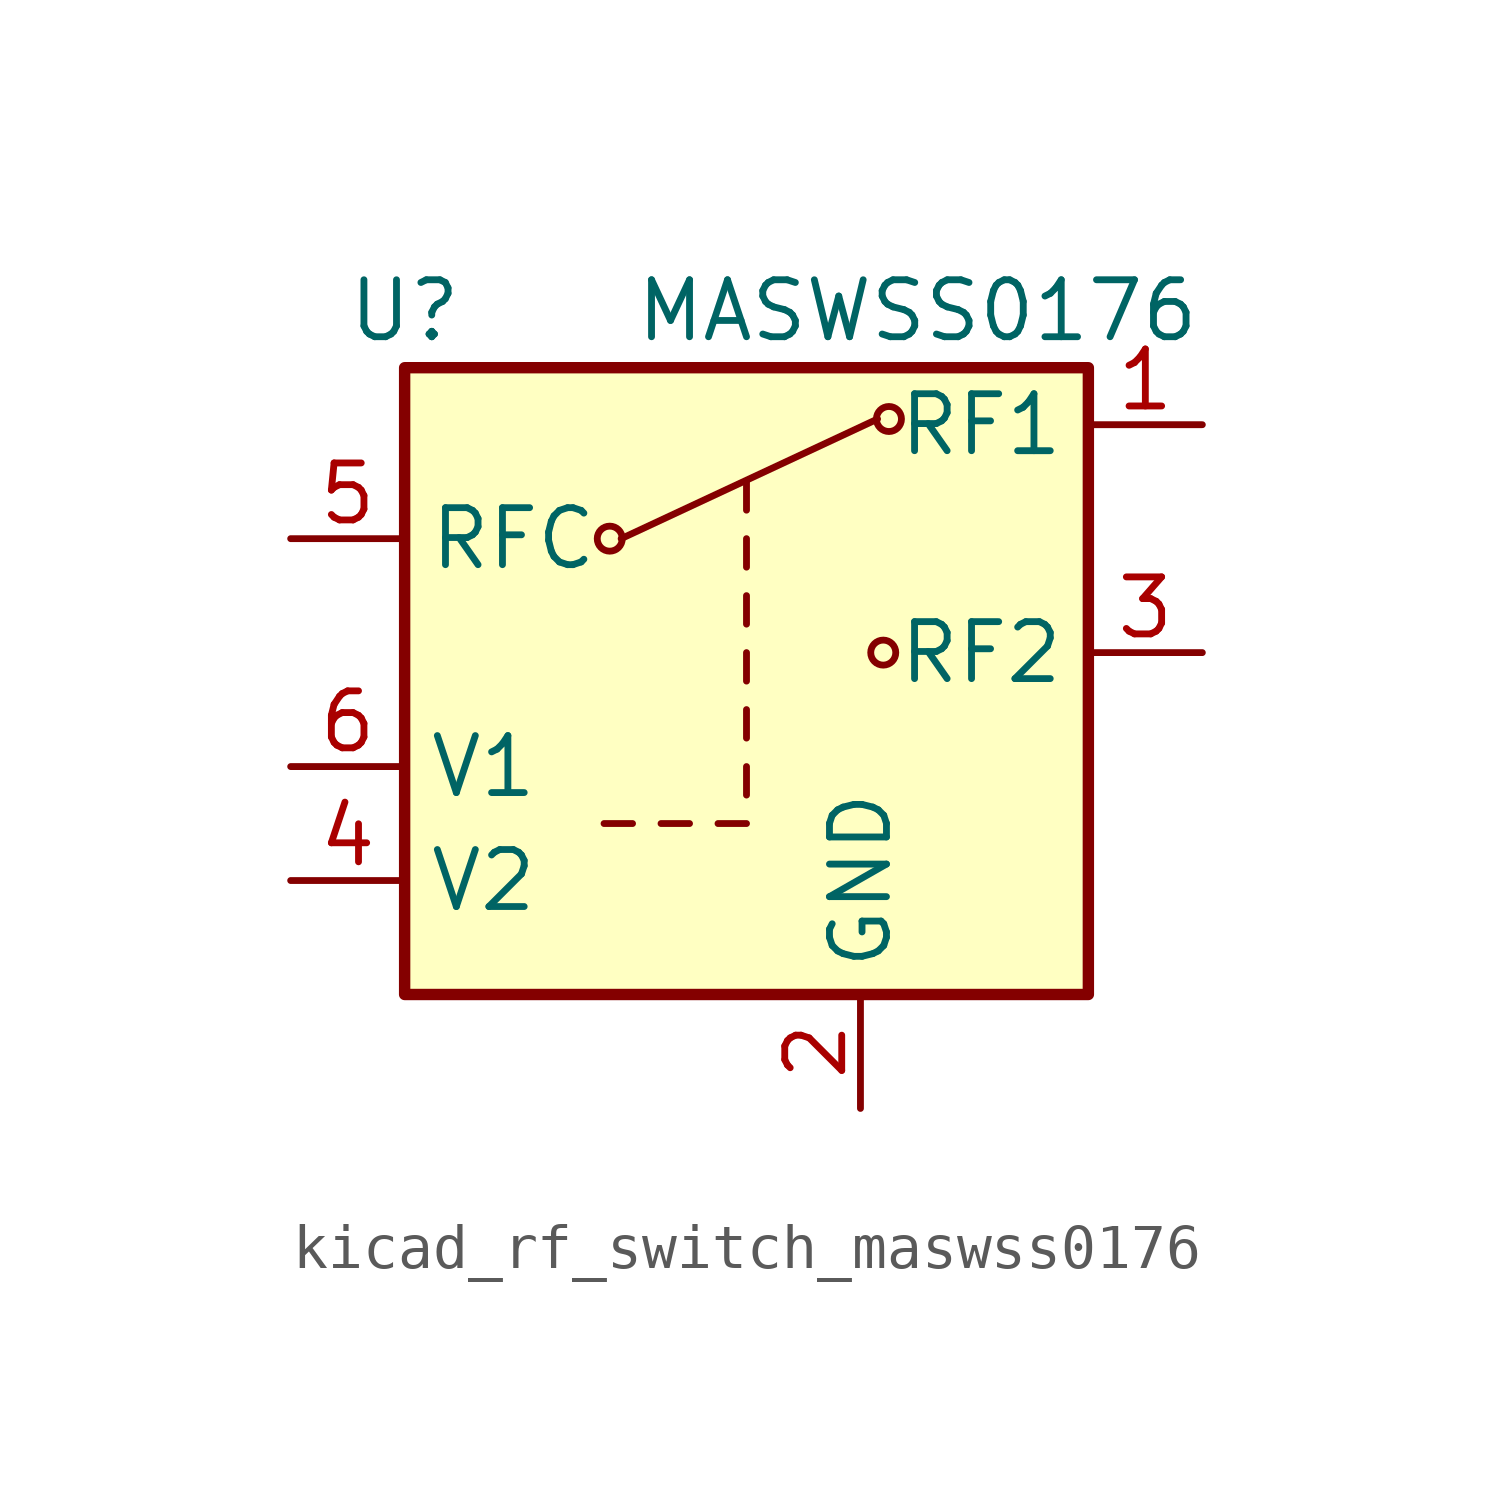
<source format=kicad_sym>
(kicad_symbol_lib
  (version 20220914)
  (generator kicad_symbol_editor)
  (symbol "kicad_rf_switch_maswss0176"
    (property "Reference" "U"
      (at -7.62 7.62 0)
      (effects (font (size 1.27 1.27))))
    (property "Value" "MASWSS0176"
      (at 3.81 7.62 0)
      (effects (font (size 1.27 1.27))))
    (symbol "kicad_rf_switch_maswss0176_0_1"
      (circle (center -3.048 2.54) (radius 0.279) (stroke (width 0) (type default)) (fill (type none)))
      (polyline (pts (xy -3.175 -3.81) (xy -2.54 -3.81)) (stroke (width 0) (type default)) (fill (type none)))
      (polyline (pts (xy -2.794 2.54) (xy 2.921 5.207)) (stroke (width 0) (type default)) (fill (type none)))
      (polyline (pts (xy -1.905 -3.81) (xy -1.27 -3.81)) (stroke (width 0) (type default)) (fill (type none)))
      (polyline (pts (xy -0.635 -3.81) (xy 0 -3.81)) (stroke (width 0) (type default)) (fill (type none)))
      (polyline (pts (xy 0 -3.175) (xy 0 -2.54)) (stroke (width 0) (type default)) (fill (type none)))
      (polyline (pts (xy 0 -1.905) (xy 0 -1.27)) (stroke (width 0) (type default)) (fill (type none)))
      (polyline (pts (xy 0 -0.635) (xy 0 0)) (stroke (width 0) (type default)) (fill (type none)))
      (polyline (pts (xy 0 0.635) (xy 0 1.27)) (stroke (width 0) (type default)) (fill (type none)))
      (polyline (pts (xy 0 1.905) (xy 0 2.54)) (stroke (width 0) (type default)) (fill (type none)))
      (polyline (pts (xy 0 3.175) (xy 0 3.81)) (stroke (width 0) (type default)) (fill (type none)))
      (circle (center 3.048 0) (radius 0.279) (stroke (width 0) (type default)) (fill (type none)))
      (circle (center 3.175 5.207) (radius 0.279) (stroke (width 0) (type default)) (fill (type none)))
      (rectangle (start 7.62 -7.62) (end -7.62 6.35) (stroke (width 0.254) (type default)) (fill (type background))))
    (symbol "kicad_rf_switch_maswss0176_1_1"
      (pin passive line (at 10.16 5.08 180) (length 2.54) (name "RF1" (effects (font (size 1.27 1.27)))) (number "1" (effects (font (size 1.27 1.27)))))
      (pin power_in line (at 2.54 -10.16 90) (length 2.54) (name "GND" (effects (font (size 1.27 1.27)))) (number "2" (effects (font (size 1.27 1.27)))))
      (pin passive line (at 10.16 0 180) (length 2.54) (name "RF2" (effects (font (size 1.27 1.27)))) (number "3" (effects (font (size 1.27 1.27)))))
      (pin input line (at -10.16 -5.08 0) (length 2.54) (name "V2" (effects (font (size 1.27 1.27)))) (number "4" (effects (font (size 1.27 1.27)))))
      (pin passive line (at -10.16 2.54 0) (length 2.54) (name "RFC" (effects (font (size 1.27 1.27)))) (number "5" (effects (font (size 1.27 1.27)))))
      (pin input line (at -10.16 -2.54 0) (length 2.54) (name "V1" (effects (font (size 1.27 1.27)))) (number "6" (effects (font (size 1.27 1.27))))))))
</source>
